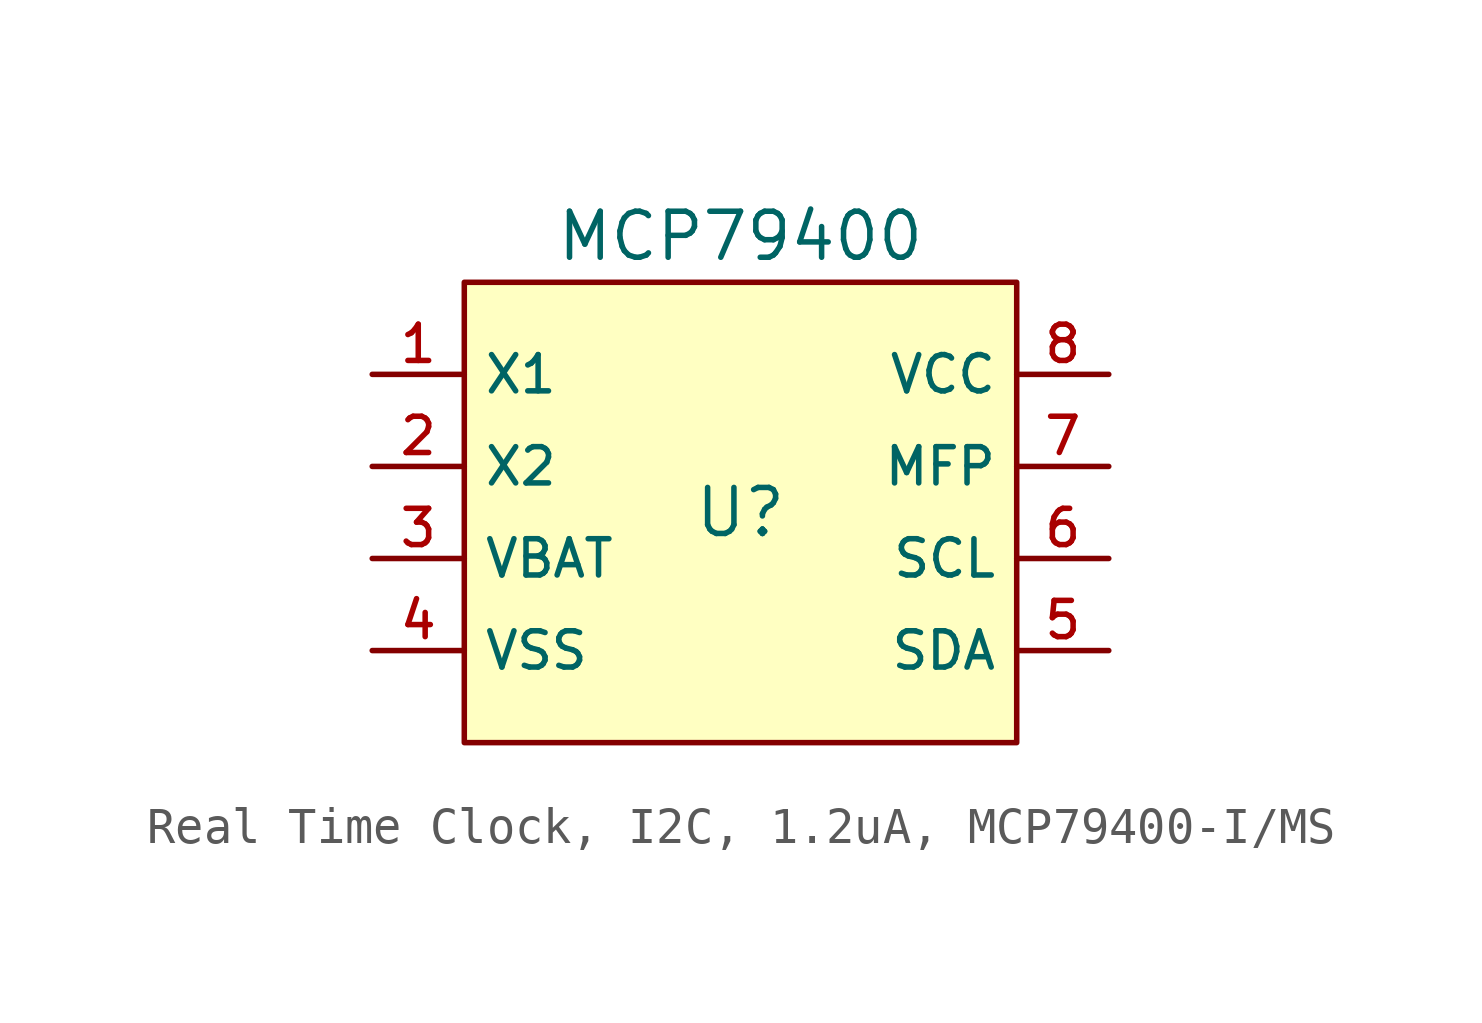
<source format=kicad_sym>
(kicad_symbol_lib
  (version 20231120)
  (generator "CDFER_Archive_Tool")
  (generator_version "0.0")
  (symbol "Real Time Clock, I2C, 1.2uA, MCP79400-I/MS"
    (property "Reference" "U"
      (at 0 1.27 0)
      (effects (font (size 1.27 1.27))))
    (property "Value" "MCP79400"
      (at 0 8.89 0)
      (effects (font (size 1.27 1.27))))
    (symbol "Real Time Clock, I2C, 1.2uA, MCP79400-I/MS_0_1"
      (rectangle (start -7.62 7.62) (end 7.62 -5.08) (stroke (width 0) (type default)) (fill (type background)))
      (pin unspecified line (at -10.16 5.08 0) (length 2.54) (name "X1" (effects (font (size 1 1)))) (number "1" (effects (font (size 1 1)))))
      (pin unspecified line (at -10.16 2.54 0) (length 2.54) (name "X2" (effects (font (size 1 1)))) (number "2" (effects (font (size 1 1)))))
      (pin unspecified line (at -10.16 0 0) (length 2.54) (name "VBAT" (effects (font (size 1 1)))) (number "3" (effects (font (size 1 1)))))
      (pin unspecified line (at -10.16 -2.54 0) (length 2.54) (name "VSS" (effects (font (size 1 1)))) (number "4" (effects (font (size 1 1)))))
      (pin unspecified line (at 10.16 -2.54 180) (length 2.54) (name "SDA" (effects (font (size 1 1)))) (number "5" (effects (font (size 1 1)))))
      (pin unspecified line (at 10.16 0 180) (length 2.54) (name "SCL" (effects (font (size 1 1)))) (number "6" (effects (font (size 1 1)))))
      (pin unspecified line (at 10.16 2.54 180) (length 2.54) (name "MFP" (effects (font (size 1 1)))) (number "7" (effects (font (size 1 1)))))
      (pin unspecified line (at 10.16 5.08 180) (length 2.54) (name "VCC" (effects (font (size 1 1)))) (number "8" (effects (font (size 1 1))))))))
</source>
